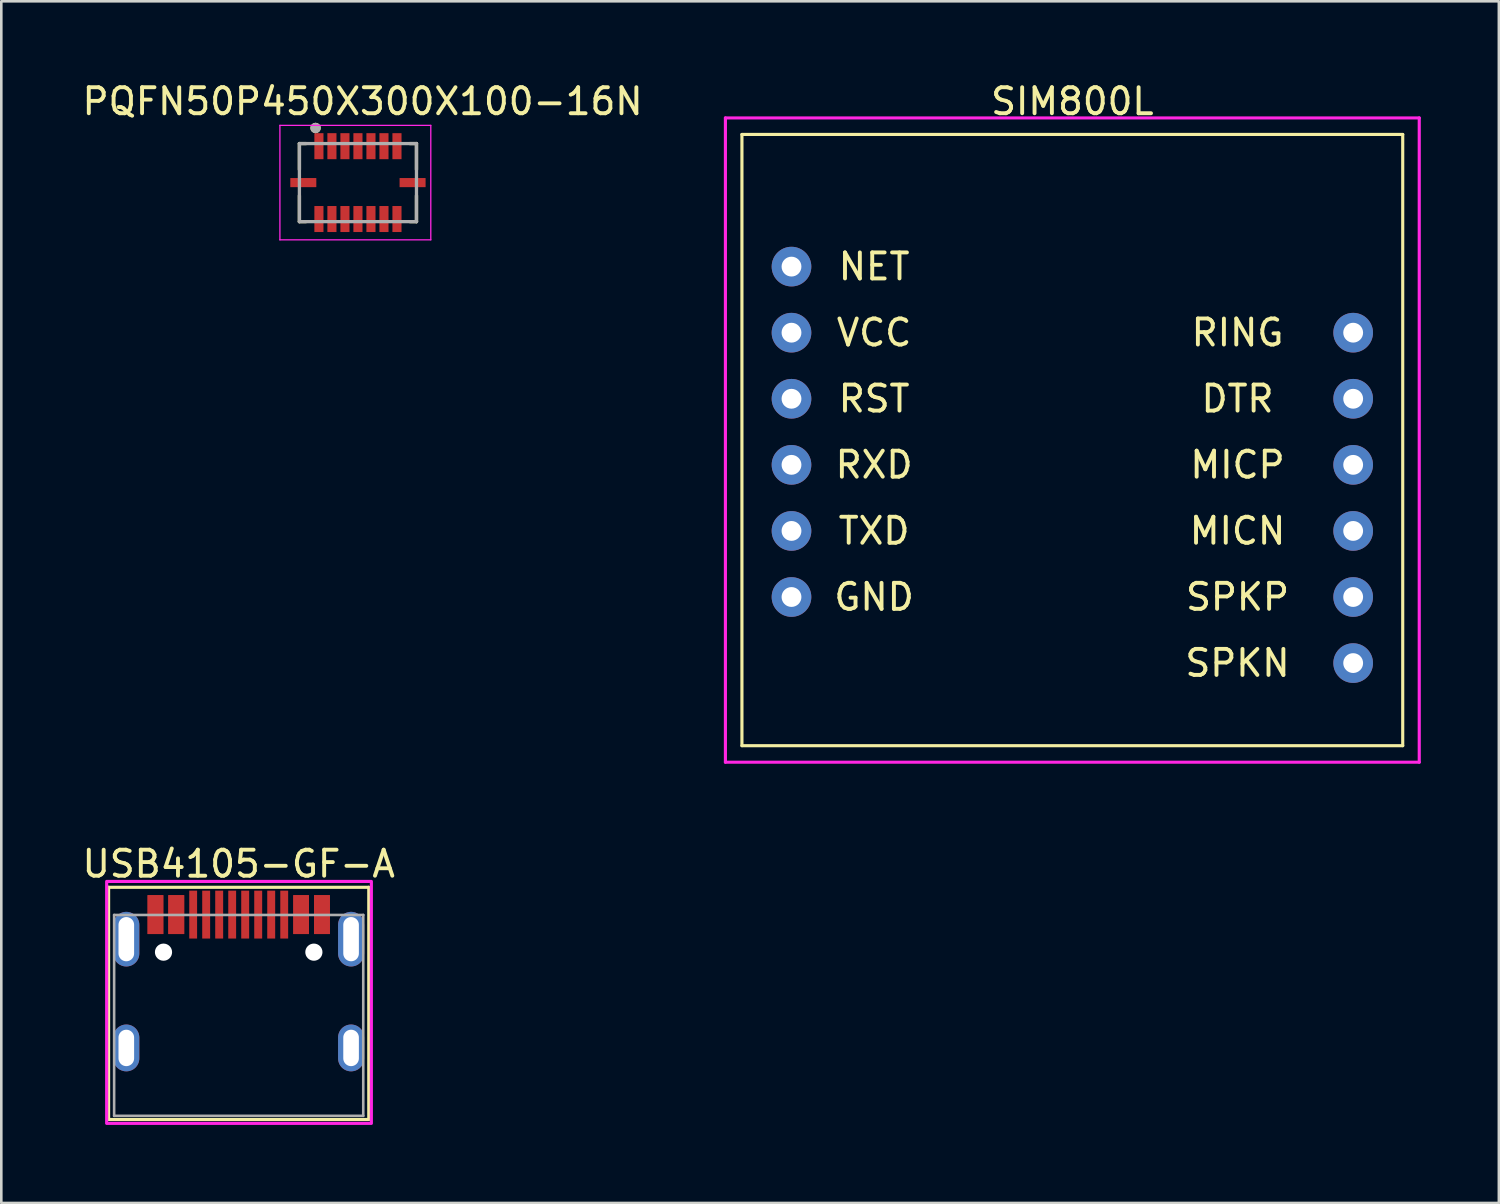
<source format=kicad_pcb>
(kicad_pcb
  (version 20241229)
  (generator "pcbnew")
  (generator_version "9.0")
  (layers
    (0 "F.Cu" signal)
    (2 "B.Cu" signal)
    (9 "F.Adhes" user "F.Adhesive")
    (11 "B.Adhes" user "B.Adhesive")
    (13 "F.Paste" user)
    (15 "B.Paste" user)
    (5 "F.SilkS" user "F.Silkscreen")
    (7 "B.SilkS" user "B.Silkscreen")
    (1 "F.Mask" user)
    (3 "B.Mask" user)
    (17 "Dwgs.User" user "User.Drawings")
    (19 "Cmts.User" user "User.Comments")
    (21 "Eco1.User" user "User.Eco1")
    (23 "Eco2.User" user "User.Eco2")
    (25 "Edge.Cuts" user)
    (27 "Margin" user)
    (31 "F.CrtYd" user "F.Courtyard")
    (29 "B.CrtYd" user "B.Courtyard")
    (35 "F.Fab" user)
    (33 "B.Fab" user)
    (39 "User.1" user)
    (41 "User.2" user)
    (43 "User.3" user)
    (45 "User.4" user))
  (footprint "PQFN50P450X300X100-16N"
    (layer "F.Cu")
    (at 10.709 3.969)
    (property "Reference" "PQFN50P450X300X100-16N" (at 0.178 -3.121 0) (layer "F.SilkS") (effects (font (size 1 1) (thickness 0.15))))
    (attr through_hole)
    (fp_line (start -2.25 -1.5) (end -2 -1.5) (stroke (width 0.127) (type solid)) (layer "F.SilkS"))
    (fp_line (start -2.25 -0.5) (end -2.25 -1.5) (stroke (width 0.127) (type solid)) (layer "F.SilkS"))
    (fp_line (start -2.25 1.5) (end -2.25 0.5) (stroke (width 0.127) (type solid)) (layer "F.SilkS"))
    (fp_line (start -2 1.5) (end -2.25 1.5) (stroke (width 0.127) (type solid)) (layer "F.SilkS"))
    (fp_line (start 2.25 -1.5) (end 2 -1.5) (stroke (width 0.127) (type solid)) (layer "F.SilkS"))
    (fp_line (start 2.25 -0.5) (end 2.25 -1.5) (stroke (width 0.127) (type solid)) (layer "F.SilkS"))
    (fp_line (start 2.25 0.5) (end 2.25 1.5) (stroke (width 0.127) (type solid)) (layer "F.SilkS"))
    (fp_line (start 2.25 1.5) (end 2 1.5) (stroke (width 0.127) (type solid)) (layer "F.SilkS"))
    (fp_circle (center -1.629 -2.1) (end -1.529 -2.1) (stroke (width 0.2) (type solid)) (fill no) (layer "F.SilkS"))
    (fp_line (start -3 -2.2) (end 2.8 -2.2) (stroke (width 0.05) (type solid)) (layer "F.CrtYd"))
    (fp_line (start -3 2.2) (end -3 -2.2) (stroke (width 0.05) (type solid)) (layer "F.CrtYd"))
    (fp_line (start 2.8 -2.2) (end 2.8 2.2) (stroke (width 0.05) (type solid)) (layer "F.CrtYd"))
    (fp_line (start 2.8 2.2) (end -3 2.2) (stroke (width 0.05) (type solid)) (layer "F.CrtYd"))
    (fp_line (start -2.25 -1.5) (end 2.25 -1.5) (stroke (width 0.127) (type solid)) (layer "F.Fab"))
    (fp_line (start -2.25 1.5) (end -2.25 -1.5) (stroke (width 0.127) (type solid)) (layer "F.Fab"))
    (fp_line (start 2.25 -1.5) (end 2.25 1.5) (stroke (width 0.127) (type solid)) (layer "F.Fab"))
    (fp_line (start 2.25 1.5) (end -2.25 1.5) (stroke (width 0.127) (type solid)) (layer "F.Fab"))
    (fp_circle (center -1.629 -2.1) (end -1.529 -2.1) (stroke (width 0.2) (type solid)) (fill no) (layer "F.Fab"))
    (pad "1" smd rect (at -1.5 -1.4 270) (size 1 0.35) (layers "F.Cu" "F.Mask" "F.Paste"))
    (pad "2" smd rect (at -1 -1.4 270) (size 1 0.35) (layers "F.Cu" "F.Mask" "F.Paste"))
    (pad "3" smd rect (at -0.5 -1.4 270) (size 1 0.35) (layers "F.Cu" "F.Mask" "F.Paste"))
    (pad "4" smd rect (at 0 -1.4 270) (size 1 0.35) (layers "F.Cu" "F.Mask" "F.Paste"))
    (pad "5" smd rect (at 0.5 -1.4 270) (size 1 0.35) (layers "F.Cu" "F.Mask" "F.Paste"))
    (pad "6" smd rect (at 1 -1.4 270) (size 1 0.35) (layers "F.Cu" "F.Mask" "F.Paste"))
    (pad "7" smd rect (at 1.5 -1.4 270) (size 1 0.35) (layers "F.Cu" "F.Mask" "F.Paste"))
    (pad "8" smd rect (at 2.1 0 180) (size 1 0.35) (layers "F.Cu" "F.Mask" "F.Paste"))
    (pad "9" smd rect (at 1.5 1.4 90) (size 1 0.35) (layers "F.Cu" "F.Mask" "F.Paste"))
    (pad "10" smd rect (at 1 1.4 90) (size 1 0.35) (layers "F.Cu" "F.Mask" "F.Paste"))
    (pad "11" smd rect (at 0.5 1.4 90) (size 1 0.35) (layers "F.Cu" "F.Mask" "F.Paste"))
    (pad "12" smd rect (at 0 1.4 90) (size 1 0.35) (layers "F.Cu" "F.Mask" "F.Paste"))
    (pad "13" smd rect (at -0.5 1.4 90) (size 1 0.35) (layers "F.Cu" "F.Mask" "F.Paste"))
    (pad "14" smd rect (at -1 1.4 90) (size 1 0.35) (layers "F.Cu" "F.Mask" "F.Paste"))
    (pad "15" smd rect (at -1.5 1.4 90) (size 1 0.35) (layers "F.Cu" "F.Mask" "F.Paste"))
    (pad "16" smd rect (at -2.1 0) (size 1 0.35) (layers "F.Cu" "F.Mask" "F.Paste")))
  (footprint "SIM800L"
    (layer "F.Cu")
    (at 38.169 13.548)
    (property "Reference" "SIM800L" (at 0 -12.7 0) (unlocked yes) (layer "F.SilkS") (effects (font (size 1 1) (thickness 0.15))))
    (attr through_hole)
    (fp_line (start -12.7 -11.43) (end 12.7 -11.43) (stroke (width 0.12) (type solid)) (layer "F.SilkS"))
    (fp_line (start -12.7 12.065) (end -12.7 -11.43) (stroke (width 0.12) (type solid)) (layer "F.SilkS"))
    (fp_line (start 12.7 -11.43) (end 12.7 12.065) (stroke (width 0.12) (type solid)) (layer "F.SilkS"))
    (fp_line (start 12.7 12.065) (end -12.7 12.065) (stroke (width 0.12) (type solid)) (layer "F.SilkS"))
    (fp_line (start -13.335 -12.065) (end 13.335 -12.065) (stroke (width 0.12) (type solid)) (layer "F.CrtYd"))
    (fp_line (start -13.335 12.7) (end -13.335 -12.065) (stroke (width 0.12) (type solid)) (layer "F.CrtYd"))
    (fp_line (start 13.335 -12.065) (end 13.335 12.7) (stroke (width 0.12) (type solid)) (layer "F.CrtYd"))
    (fp_line (start 13.335 12.7) (end -13.335 12.7) (stroke (width 0.12) (type solid)) (layer "F.CrtYd"))
    (fp_text user "SPKN" (at 6.35 8.89 0) (unlocked yes) (layer "F.SilkS") (effects (font (size 1 1) (thickness 0.15))))
    (fp_text user "RING" (at 6.35 -3.81 0) (unlocked yes) (layer "F.SilkS") (effects (font (size 1 1) (thickness 0.15))))
    (fp_text user "MICN" (at 6.35 3.81 0) (unlocked yes) (layer "F.SilkS") (effects (font (size 1 1) (thickness 0.15))))
    (fp_text user "RXD" (at -7.62 1.27 0) (unlocked yes) (layer "F.SilkS") (effects (font (size 1 1) (thickness 0.15))))
    (fp_text user "NET" (at -7.62 -6.35 0) (unlocked yes) (layer "F.SilkS") (effects (font (size 1 1) (thickness 0.15))))
    (fp_text user "RST" (at -7.62 -1.27 0) (unlocked yes) (layer "F.SilkS") (effects (font (size 1 1) (thickness 0.15))))
    (fp_text user "DTR" (at 6.35 -1.27 0) (unlocked yes) (layer "F.SilkS") (effects (font (size 1 1) (thickness 0.15))))
    (fp_text user "VCC" (at -7.62 -3.81 0) (unlocked yes) (layer "F.SilkS") (effects (font (size 1 1) (thickness 0.15))))
    (fp_text user "TXD" (at -7.62 3.81 0) (unlocked yes) (layer "F.SilkS") (effects (font (size 1 1) (thickness 0.15))))
    (fp_text user "GND" (at -7.62 6.35 0) (unlocked yes) (layer "F.SilkS") (effects (font (size 1 1) (thickness 0.15))))
    (fp_text user "MICP" (at 6.35 1.27 0) (unlocked yes) (layer "F.SilkS") (effects (font (size 1 1) (thickness 0.15))))
    (fp_text user "SPKP" (at 6.35 6.35 0) (unlocked yes) (layer "F.SilkS") (effects (font (size 1 1) (thickness 0.15))))
    (pad "1" thru_hole circle (at -10.795 -6.35) (size 1.524 1.524) (drill 0.762) (layers "*.Cu" "*.Mask"))
    (pad "2" thru_hole circle (at -10.795 -3.81) (size 1.524 1.524) (drill 0.762) (layers "*.Cu" "*.Mask"))
    (pad "3" thru_hole circle (at -10.795 -1.27) (size 1.524 1.524) (drill 0.762) (layers "*.Cu" "*.Mask"))
    (pad "4" thru_hole circle (at -10.795 1.27) (size 1.524 1.524) (drill 0.762) (layers "*.Cu" "*.Mask"))
    (pad "5" thru_hole circle (at -10.795 3.81) (size 1.524 1.524) (drill 0.762) (layers "*.Cu" "*.Mask"))
    (pad "6" thru_hole circle (at -10.795 6.35) (size 1.524 1.524) (drill 0.762) (layers "*.Cu" "*.Mask"))
    (pad "7" thru_hole circle (at 10.795 8.89) (size 1.524 1.524) (drill 0.762) (layers "*.Cu" "*.Mask"))
    (pad "8" thru_hole circle (at 10.795 6.35) (size 1.524 1.524) (drill 0.762) (layers "*.Cu" "*.Mask"))
    (pad "9" thru_hole circle (at 10.795 3.81) (size 1.524 1.524) (drill 0.762) (layers "*.Cu" "*.Mask"))
    (pad "10" thru_hole circle (at 10.795 1.27) (size 1.524 1.524) (drill 0.762) (layers "*.Cu" "*.Mask"))
    (pad "11" thru_hole circle (at 10.795 -1.27) (size 1.524 1.524) (drill 0.762) (layers "*.Cu" "*.Mask"))
    (pad "12" thru_hole circle (at 10.795 -3.81) (size 1.524 1.524) (drill 0.762) (layers "*.Cu" "*.Mask")))
  (footprint "USB4105-GF-A"
    (layer "F.Cu")
    (at 6.125 35.981)
    (property "Reference" "USB4105-GF-A" (at 0 -5.825 0) (layer "F.SilkS") (effects (font (size 1 1) (thickness 0.15))))
    (attr through_hole)
    (fp_line (start -5 -4.925) (end -5 4) (stroke (width 0.12) (type solid)) (layer "F.SilkS"))
    (fp_line (start -5 4) (end 5 4) (stroke (width 0.12) (type solid)) (layer "F.SilkS"))
    (fp_line (start 5 -4.925) (end -5 -4.925) (stroke (width 0.12) (type solid)) (layer "F.SilkS"))
    (fp_line (start 5 4) (end 5 -4.925) (stroke (width 0.12) (type solid)) (layer "F.SilkS"))
    (fp_rect (start -5.075 -5.15) (end 5.1 4.15) (stroke (width 0.12) (type solid)) (fill no) (layer "F.CrtYd"))
    (fp_line (start -4.788 -3.861) (end -4.788 3.861) (stroke (width 0.1) (type solid)) (layer "F.Fab"))
    (fp_line (start -4.788 3.861) (end 4.788 3.861) (stroke (width 0.1) (type solid)) (layer "F.Fab"))
    (fp_line (start 4.788 -3.861) (end -4.788 -3.861) (stroke (width 0.1) (type solid)) (layer "F.Fab"))
    (fp_line (start 4.788 3.861) (end 4.788 -3.861) (stroke (width 0.1) (type solid)) (layer "F.Fab"))
    (pad "" np_thru_hole circle (at -2.89 -2.431) (size 0.66 0.66) (drill 0.66) (layers "*.Cu" "*.Mask"))
    (pad "" np_thru_hole circle (at 2.89 -2.431) (size 0.66 0.66) (drill 0.66) (layers "*.Cu" "*.Mask"))
    (pad "A1" smd rect (at -3.2 -3.875) (size 0.605 1.495) (layers "F.Cu" "F.Mask" "F.Paste"))
    (pad "A4" smd rect (at -2.4 -3.875) (size 0.61 1.495) (layers "F.Cu" "F.Mask" "F.Paste"))
    (pad "A5" smd rect (at -1.25 -3.875) (size 0.305 1.841) (layers "F.Cu" "F.Mask" "F.Paste"))
    (pad "A6" smd rect (at -0.25 -3.875) (size 0.302 1.841) (layers "F.Cu" "F.Mask" "F.Paste"))
    (pad "A7" smd rect (at 0.25 -3.875) (size 0.305 1.841) (layers "F.Cu" "F.Mask" "F.Paste"))
    (pad "A8" smd rect (at 1.25 -3.875) (size 0.305 1.841) (layers "F.Cu" "F.Mask" "F.Paste"))
    (pad "A9" smd rect (at 2.4 -3.875) (size 0.602 1.495) (layers "F.Cu" "F.Mask" "F.Paste"))
    (pad "A12" smd rect (at 3.2 -3.875) (size 0.61 1.495) (layers "F.Cu" "F.Mask" "F.Paste"))
    (pad "B1" smd rect (at 3.2 -3.875) (size 0.61 1.495) (layers "F.Cu" "F.Mask" "F.Paste"))
    (pad "B4" smd rect (at 2.4 -3.875) (size 0.602 1.495) (layers "F.Cu" "F.Mask" "F.Paste"))
    (pad "B5" smd rect (at 1.75 -3.875) (size 0.302 1.841) (layers "F.Cu" "F.Mask" "F.Paste"))
    (pad "B6" smd rect (at 0.75 -3.875) (size 0.305 1.841) (layers "F.Cu" "F.Mask" "F.Paste"))
    (pad "B7" smd rect (at -0.75 -3.875) (size 0.305 1.841) (layers "F.Cu" "F.Mask" "F.Paste"))
    (pad "B8" smd rect (at -1.75 -3.875) (size 0.302 1.841) (layers "F.Cu" "F.Mask" "F.Paste"))
    (pad "B9" smd rect (at -2.4 -3.875) (size 0.61 1.495) (layers "F.Cu" "F.Mask" "F.Paste"))
    (pad "B12" smd rect (at -3.2 -3.875) (size 0.605 1.495) (layers "F.Cu" "F.Mask" "F.Paste"))
    (pad "S1" thru_hole oval (at -4.32 -2.931) (size 1 2.1) (drill oval 0.6 1.7) (layers "*.Cu" "*.Mask"))
    (pad "S1" thru_hole oval (at -4.32 1.25) (size 1 1.8) (drill oval 0.6 1.4) (layers "*.Cu" "*.Mask"))
    (pad "S1" thru_hole oval (at 4.32 1.25) (size 1 1.8) (drill oval 0.6 1.4) (layers "*.Cu" "*.Mask"))
    (pad "S1" thru_hole oval (at 4.32 -2.931) (size 1 2.1) (drill oval 0.6 1.7) (layers "*.Cu" "*.Mask")))
  (gr_rect
    (start -3 -3)
    (end 54.564 43.191)
    (stroke (width 0.1) (type default))
    (fill no)
    (layer "Edge.Cuts")))
</source>
